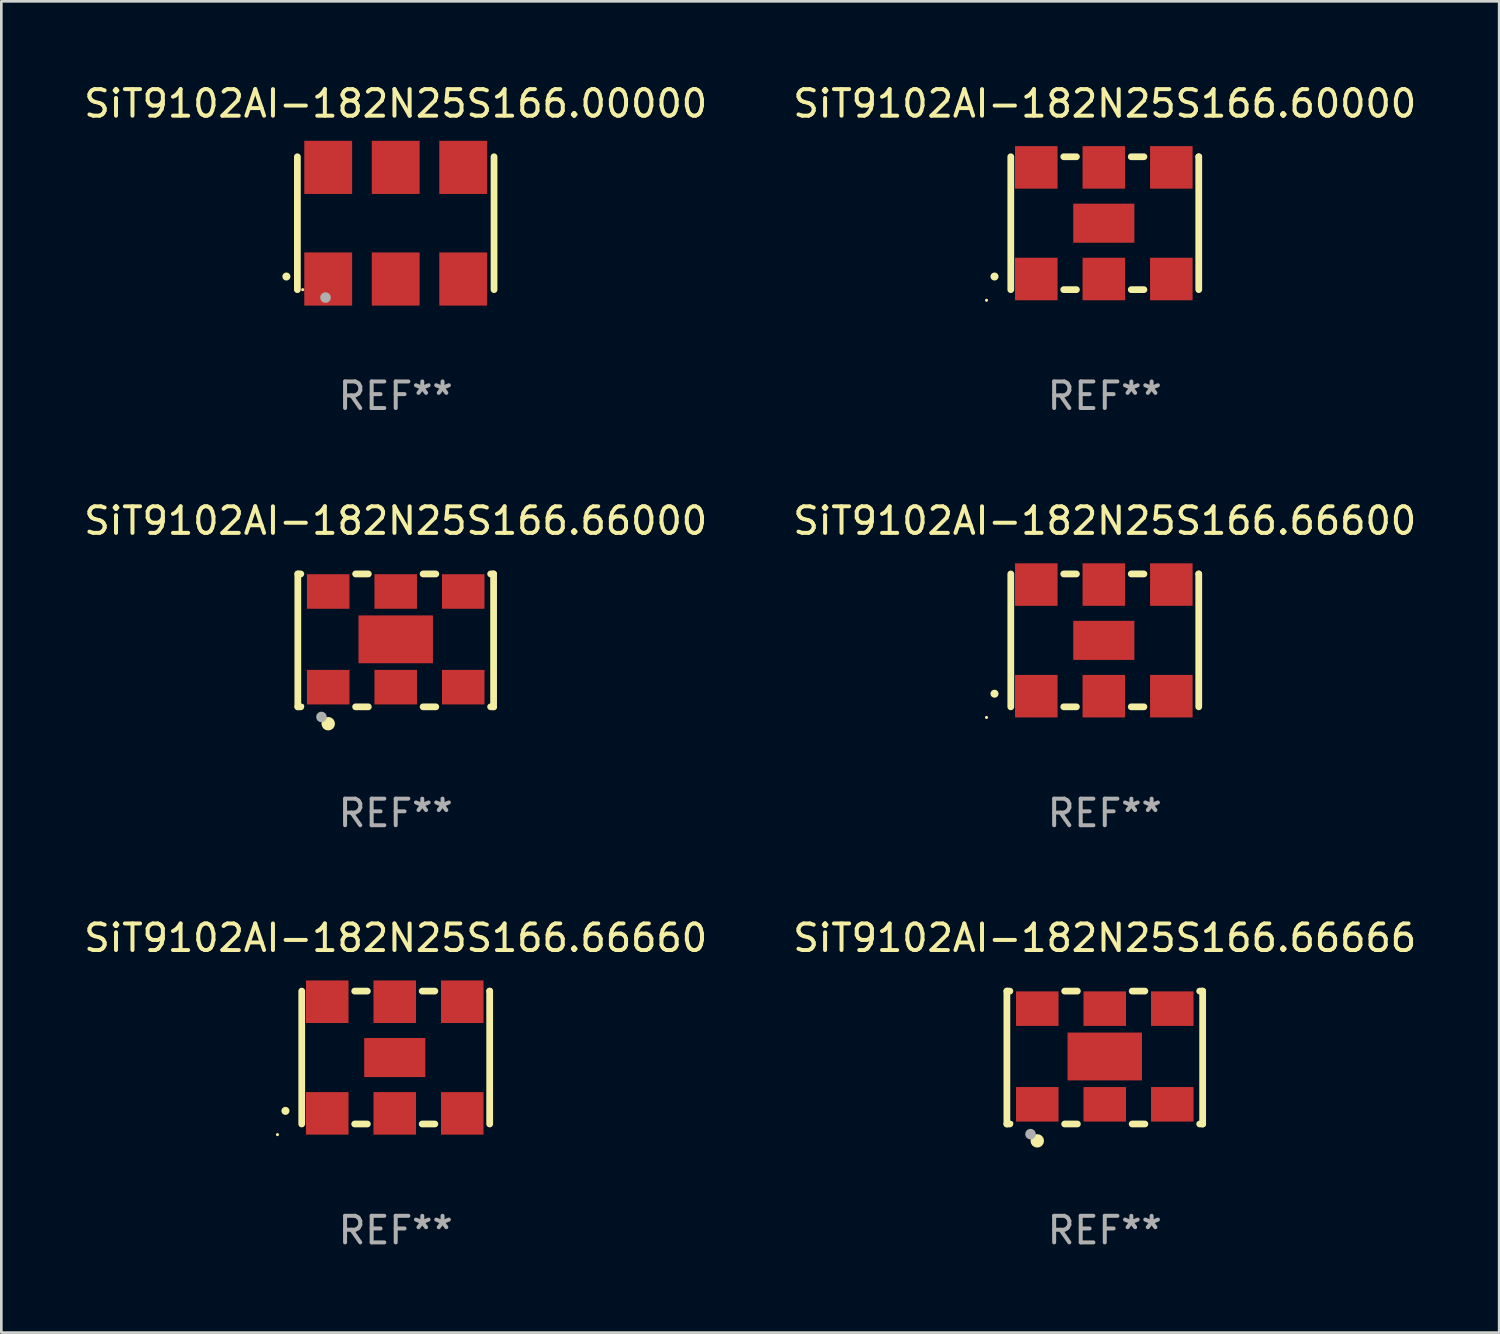
<source format=kicad_pcb>
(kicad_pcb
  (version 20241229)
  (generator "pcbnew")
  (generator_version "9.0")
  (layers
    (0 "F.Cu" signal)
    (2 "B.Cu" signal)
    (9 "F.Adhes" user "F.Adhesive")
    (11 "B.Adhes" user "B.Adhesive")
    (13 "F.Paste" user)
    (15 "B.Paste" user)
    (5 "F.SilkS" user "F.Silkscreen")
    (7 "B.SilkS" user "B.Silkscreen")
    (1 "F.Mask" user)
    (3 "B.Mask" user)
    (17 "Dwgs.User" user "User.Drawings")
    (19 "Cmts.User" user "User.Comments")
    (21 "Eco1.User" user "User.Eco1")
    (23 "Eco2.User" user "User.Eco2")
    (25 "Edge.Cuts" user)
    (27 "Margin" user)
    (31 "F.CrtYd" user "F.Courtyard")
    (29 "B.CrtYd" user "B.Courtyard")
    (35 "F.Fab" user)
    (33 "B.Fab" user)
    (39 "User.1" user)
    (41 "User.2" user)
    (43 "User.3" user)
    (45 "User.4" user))
  (footprint "SiT9102AI-182N25S166.00000"
    (layer "F.Cu")
    (at 11.839 5.348)
    (property "Reference" "SiT9102AI-182N25S166.00000" (at 0 -4.5 0) (layer "F.SilkS") (effects (font (size 1 1) (thickness 0.15))))
    (attr through_hole)
    (fp_line (start -3.7 -2.5) (end -3.7 2.5) (stroke (width 0.254) (type solid)) (layer "F.SilkS"))
    (fp_line (start 3.7 -2.5) (end 3.7 2.5) (stroke (width 0.254) (type solid)) (layer "F.SilkS"))
    (fp_arc (start -4.114415 2.006604) (mid -4.113145 2.006599) (end -4.111875 2.006604) (stroke (width 0.3) (type solid)) (layer "F.SilkS"))
    (fp_circle (center -3.5 2.501) (end -3.47 2.501) (stroke (width 0.06) (type solid)) (fill no) (layer "F.SilkS"))
    (fp_circle (center -2.641 2.799) (end -2.541 2.799) (stroke (width 0.2) (type solid)) (fill no) (layer "F.Fab"))
    (fp_text user "REF**" (at 0 6.5 0) (layer "F.Fab") (effects (font (size 1 1) (thickness 0.15))))
    (pad "1" smd rect (at -2.54 2.1) (size 1.8 2) (layers "F.Cu" "F.Mask" "F.Paste"))
    (pad "2" smd rect (at 0.000394 2.1) (size 1.8 2) (layers "F.Cu" "F.Mask" "F.Paste"))
    (pad "3" smd rect (at 2.54 2.1) (size 1.8 2) (layers "F.Cu" "F.Mask" "F.Paste"))
    (pad "4" smd rect (at 2.54 -2.1) (size 1.8 2) (layers "F.Cu" "F.Mask" "F.Paste"))
    (pad "5" smd rect (at 0.000394 -2.1) (size 1.8 2) (layers "F.Cu" "F.Mask" "F.Paste"))
    (pad "6" smd rect (at -2.54 -2.1) (size 1.8 2) (layers "F.Cu" "F.Mask" "F.Paste")))
  (footprint "SiT9102AI-182N25S166.66600"
    (layer "F.Cu")
    (at 38.518 21.045)
    (property "Reference" "SiT9102AI-182N25S166.66600" (at 0 -4.5 0) (layer "F.SilkS") (effects (font (size 1 1) (thickness 0.15))))
    (attr through_hole)
    (fp_line (start -3.536 -2.5) (end -3.536 2.5) (stroke (width 0.254) (type solid)) (layer "F.SilkS"))
    (fp_line (start -1.544 2.5) (end -1.067 2.5) (stroke (width 0.254) (type solid)) (layer "F.SilkS"))
    (fp_line (start -1.067 -2.5) (end -1.544 -2.5) (stroke (width 0.254) (type solid)) (layer "F.SilkS"))
    (fp_line (start 0.996 2.5) (end 1.473 2.5) (stroke (width 0.254) (type solid)) (layer "F.SilkS"))
    (fp_line (start 1.473 -2.5) (end 0.996 -2.5) (stroke (width 0.254) (type solid)) (layer "F.SilkS"))
    (fp_line (start 3.536 -2.5) (end 3.536 -2.5) (stroke (width 0.254) (type solid)) (layer "F.SilkS"))
    (fp_line (start 3.536 2.5) (end 3.536 -2.5) (stroke (width 0.254) (type solid)) (layer "F.SilkS"))
    (fp_arc (start -4.150432 2.006604) (mid -4.149162 2.006599) (end -4.147892 2.006604) (stroke (width 0.3) (type solid)) (layer "F.SilkS"))
    (fp_circle (center -4.449 2.9) (end -4.419 2.9) (stroke (width 0.06) (type solid)) (fill no) (layer "F.SilkS"))
    (fp_text user "REF**" (at 0 6.5 0) (layer "F.Fab") (effects (font (size 1 1) (thickness 0.15))))
    (pad "1" smd rect (at -2.576 2.1) (size 1.6 1.6) (layers "F.Cu" "F.Mask" "F.Paste"))
    (pad "2" smd rect (at -0.036 2.1) (size 1.6 1.6) (layers "F.Cu" "F.Mask" "F.Paste"))
    (pad "3" smd rect (at 2.504 2.1) (size 1.6 1.6) (layers "F.Cu" "F.Mask" "F.Paste"))
    (pad "4" smd rect (at 2.504 -2.1) (size 1.6 1.6) (layers "F.Cu" "F.Mask" "F.Paste"))
    (pad "5" smd rect (at -0.036 -2.1) (size 1.6 1.6) (layers "F.Cu" "F.Mask" "F.Paste"))
    (pad "6" smd rect (at -2.576 -2.1) (size 1.6 1.6) (layers "F.Cu" "F.Mask" "F.Paste"))
    (pad "7" smd rect (at -0.036 0) (size 2.3 1.47) (layers "F.Cu" "F.Mask" "F.Paste")))
  (footprint "SiT9102AI-182N25S166.66666"
    (layer "F.Cu")
    (at 38.518 36.741)
    (property "Reference" "SiT9102AI-182N25S166.66666" (at 0 -4.5 0) (layer "F.SilkS") (effects (font (size 1 1) (thickness 0.15))))
    (attr through_hole)
    (fp_line (start -3.683 -2.5) (end -3.571 -2.5) (stroke (width 0.254) (type solid)) (layer "F.SilkS"))
    (fp_line (start -3.683 2.5) (end -3.683 -2.5) (stroke (width 0.254) (type solid)) (layer "F.SilkS"))
    (fp_line (start -3.683 2.5) (end -3.571 2.5) (stroke (width 0.254) (type solid)) (layer "F.SilkS"))
    (fp_line (start -1.509 -2.5) (end -1.031 -2.5) (stroke (width 0.254) (type solid)) (layer "F.SilkS"))
    (fp_line (start -1.509 2.5) (end -1.031 2.5) (stroke (width 0.254) (type solid)) (layer "F.SilkS"))
    (fp_line (start 1.031 -2.5) (end 1.509 -2.5) (stroke (width 0.254) (type solid)) (layer "F.SilkS"))
    (fp_line (start 1.031 2.5) (end 1.509 2.5) (stroke (width 0.254) (type solid)) (layer "F.SilkS"))
    (fp_line (start 3.571 -2.5) (end 3.683 -2.5) (stroke (width 0.254) (type solid)) (layer "F.SilkS"))
    (fp_line (start 3.571 2.5) (end 3.683 2.5) (stroke (width 0.254) (type solid)) (layer "F.SilkS"))
    (fp_line (start 3.683 2.5) (end 3.683 -2.5) (stroke (width 0.254) (type solid)) (layer "F.SilkS"))
    (fp_circle (center -3.5 2.46) (end -3.47 2.46) (stroke (width 0.06) (type solid)) (fill no) (layer "F.SilkS"))
    (fp_circle (center -2.54 3.135) (end -2.413 3.135) (stroke (width 0.254) (type solid)) (fill no) (layer "F.SilkS"))
    (fp_circle (center -2.794 2.881) (end -2.694 2.881) (stroke (width 0.2) (type solid)) (fill no) (layer "F.Fab"))
    (fp_text user "REF**" (at 0 6.5 0) (layer "F.Fab") (effects (font (size 1 1) (thickness 0.15))))
    (pad "1" smd rect (at -2.54 1.76) (size 1.6 1.3) (layers "F.Cu" "F.Mask" "F.Paste"))
    (pad "2" smd rect (at 0 1.76) (size 1.6 1.3) (layers "F.Cu" "F.Mask" "F.Paste"))
    (pad "3" smd rect (at 2.54 1.76) (size 1.6 1.3) (layers "F.Cu" "F.Mask" "F.Paste"))
    (pad "4" smd rect (at 2.54 -1.84) (size 1.6 1.3) (layers "F.Cu" "F.Mask" "F.Paste"))
    (pad "5" smd rect (at 0 -1.84) (size 1.6 1.3) (layers "F.Cu" "F.Mask" "F.Paste"))
    (pad "6" smd rect (at -2.54 -1.84) (size 1.6 1.3) (layers "F.Cu" "F.Mask" "F.Paste"))
    (pad "7" smd rect (at 0 -0.04) (size 2.8 1.8) (layers "F.Cu" "F.Mask" "F.Paste")))
  (footprint "SiT9102AI-182N25S166.66660"
    (layer "F.Cu")
    (at 11.839 36.741)
    (property "Reference" "SiT9102AI-182N25S166.66660" (at 0 -4.5 0) (layer "F.SilkS") (effects (font (size 1 1) (thickness 0.15))))
    (attr through_hole)
    (fp_line (start -3.536 -2.5) (end -3.536 2.5) (stroke (width 0.254) (type solid)) (layer "F.SilkS"))
    (fp_line (start -1.544 2.5) (end -1.067 2.5) (stroke (width 0.254) (type solid)) (layer "F.SilkS"))
    (fp_line (start -1.067 -2.5) (end -1.544 -2.5) (stroke (width 0.254) (type solid)) (layer "F.SilkS"))
    (fp_line (start 0.996 2.5) (end 1.473 2.5) (stroke (width 0.254) (type solid)) (layer "F.SilkS"))
    (fp_line (start 1.473 -2.5) (end 0.996 -2.5) (stroke (width 0.254) (type solid)) (layer "F.SilkS"))
    (fp_line (start 3.536 -2.5) (end 3.536 -2.5) (stroke (width 0.254) (type solid)) (layer "F.SilkS"))
    (fp_line (start 3.536 2.5) (end 3.536 -2.5) (stroke (width 0.254) (type solid)) (layer "F.SilkS"))
    (fp_arc (start -4.150432 2.006604) (mid -4.149162 2.006599) (end -4.147892 2.006604) (stroke (width 0.3) (type solid)) (layer "F.SilkS"))
    (fp_circle (center -4.449 2.9) (end -4.419 2.9) (stroke (width 0.06) (type solid)) (fill no) (layer "F.SilkS"))
    (fp_text user "REF**" (at 0 6.5 0) (layer "F.Fab") (effects (font (size 1 1) (thickness 0.15))))
    (pad "1" smd rect (at -2.576 2.1) (size 1.6 1.6) (layers "F.Cu" "F.Mask" "F.Paste"))
    (pad "2" smd rect (at -0.036 2.1) (size 1.6 1.6) (layers "F.Cu" "F.Mask" "F.Paste"))
    (pad "3" smd rect (at 2.504 2.1) (size 1.6 1.6) (layers "F.Cu" "F.Mask" "F.Paste"))
    (pad "4" smd rect (at 2.504 -2.1) (size 1.6 1.6) (layers "F.Cu" "F.Mask" "F.Paste"))
    (pad "5" smd rect (at -0.036 -2.1) (size 1.6 1.6) (layers "F.Cu" "F.Mask" "F.Paste"))
    (pad "6" smd rect (at -2.576 -2.1) (size 1.6 1.6) (layers "F.Cu" "F.Mask" "F.Paste"))
    (pad "7" smd rect (at -0.036 0) (size 2.3 1.47) (layers "F.Cu" "F.Mask" "F.Paste")))
  (footprint "SiT9102AI-182N25S166.66000"
    (layer "F.Cu")
    (at 11.839 21.045)
    (property "Reference" "SiT9102AI-182N25S166.66000" (at 0 -4.5 0) (layer "F.SilkS") (effects (font (size 1 1) (thickness 0.15))))
    (attr through_hole)
    (fp_line (start -3.683 -2.5) (end -3.571 -2.5) (stroke (width 0.254) (type solid)) (layer "F.SilkS"))
    (fp_line (start -3.683 2.5) (end -3.683 -2.5) (stroke (width 0.254) (type solid)) (layer "F.SilkS"))
    (fp_line (start -3.683 2.5) (end -3.571 2.5) (stroke (width 0.254) (type solid)) (layer "F.SilkS"))
    (fp_line (start -1.509 -2.5) (end -1.031 -2.5) (stroke (width 0.254) (type solid)) (layer "F.SilkS"))
    (fp_line (start -1.509 2.5) (end -1.031 2.5) (stroke (width 0.254) (type solid)) (layer "F.SilkS"))
    (fp_line (start 1.031 -2.5) (end 1.509 -2.5) (stroke (width 0.254) (type solid)) (layer "F.SilkS"))
    (fp_line (start 1.031 2.5) (end 1.509 2.5) (stroke (width 0.254) (type solid)) (layer "F.SilkS"))
    (fp_line (start 3.571 -2.5) (end 3.683 -2.5) (stroke (width 0.254) (type solid)) (layer "F.SilkS"))
    (fp_line (start 3.571 2.5) (end 3.683 2.5) (stroke (width 0.254) (type solid)) (layer "F.SilkS"))
    (fp_line (start 3.683 2.5) (end 3.683 -2.5) (stroke (width 0.254) (type solid)) (layer "F.SilkS"))
    (fp_circle (center -3.5 2.46) (end -3.47 2.46) (stroke (width 0.06) (type solid)) (fill no) (layer "F.SilkS"))
    (fp_circle (center -2.54 3.135) (end -2.413 3.135) (stroke (width 0.254) (type solid)) (fill no) (layer "F.SilkS"))
    (fp_circle (center -2.794 2.881) (end -2.694 2.881) (stroke (width 0.2) (type solid)) (fill no) (layer "F.Fab"))
    (fp_text user "REF**" (at 0 6.5 0) (layer "F.Fab") (effects (font (size 1 1) (thickness 0.15))))
    (pad "1" smd rect (at -2.54 1.76) (size 1.6 1.3) (layers "F.Cu" "F.Mask" "F.Paste"))
    (pad "2" smd rect (at 0 1.76) (size 1.6 1.3) (layers "F.Cu" "F.Mask" "F.Paste"))
    (pad "3" smd rect (at 2.54 1.76) (size 1.6 1.3) (layers "F.Cu" "F.Mask" "F.Paste"))
    (pad "4" smd rect (at 2.54 -1.84) (size 1.6 1.3) (layers "F.Cu" "F.Mask" "F.Paste"))
    (pad "5" smd rect (at 0 -1.84) (size 1.6 1.3) (layers "F.Cu" "F.Mask" "F.Paste"))
    (pad "6" smd rect (at -2.54 -1.84) (size 1.6 1.3) (layers "F.Cu" "F.Mask" "F.Paste"))
    (pad "7" smd rect (at 0 -0.04) (size 2.8 1.8) (layers "F.Cu" "F.Mask" "F.Paste")))
  (footprint "SiT9102AI-182N25S166.60000"
    (layer "F.Cu")
    (at 38.518 5.348)
    (property "Reference" "SiT9102AI-182N25S166.60000" (at 0 -4.5 0) (layer "F.SilkS") (effects (font (size 1 1) (thickness 0.15))))
    (attr through_hole)
    (fp_line (start -3.536 -2.5) (end -3.536 2.5) (stroke (width 0.254) (type solid)) (layer "F.SilkS"))
    (fp_line (start -1.544 2.5) (end -1.067 2.5) (stroke (width 0.254) (type solid)) (layer "F.SilkS"))
    (fp_line (start -1.067 -2.5) (end -1.544 -2.5) (stroke (width 0.254) (type solid)) (layer "F.SilkS"))
    (fp_line (start 0.996 2.5) (end 1.473 2.5) (stroke (width 0.254) (type solid)) (layer "F.SilkS"))
    (fp_line (start 1.473 -2.5) (end 0.996 -2.5) (stroke (width 0.254) (type solid)) (layer "F.SilkS"))
    (fp_line (start 3.536 -2.5) (end 3.536 -2.5) (stroke (width 0.254) (type solid)) (layer "F.SilkS"))
    (fp_line (start 3.536 2.5) (end 3.536 -2.5) (stroke (width 0.254) (type solid)) (layer "F.SilkS"))
    (fp_arc (start -4.150432 2.006604) (mid -4.149162 2.006599) (end -4.147892 2.006604) (stroke (width 0.3) (type solid)) (layer "F.SilkS"))
    (fp_circle (center -4.449 2.9) (end -4.419 2.9) (stroke (width 0.06) (type solid)) (fill no) (layer "F.SilkS"))
    (fp_text user "REF**" (at 0 6.5 0) (layer "F.Fab") (effects (font (size 1 1) (thickness 0.15))))
    (pad "1" smd rect (at -2.576 2.1) (size 1.6 1.6) (layers "F.Cu" "F.Mask" "F.Paste"))
    (pad "2" smd rect (at -0.036 2.1) (size 1.6 1.6) (layers "F.Cu" "F.Mask" "F.Paste"))
    (pad "3" smd rect (at 2.504 2.1) (size 1.6 1.6) (layers "F.Cu" "F.Mask" "F.Paste"))
    (pad "4" smd rect (at 2.504 -2.1) (size 1.6 1.6) (layers "F.Cu" "F.Mask" "F.Paste"))
    (pad "5" smd rect (at -0.036 -2.1) (size 1.6 1.6) (layers "F.Cu" "F.Mask" "F.Paste"))
    (pad "6" smd rect (at -2.576 -2.1) (size 1.6 1.6) (layers "F.Cu" "F.Mask" "F.Paste"))
    (pad "7" smd rect (at -0.036 0) (size 2.3 1.47) (layers "F.Cu" "F.Mask" "F.Paste")))
  (gr_rect
    (start -3 -3)
    (end 53.357 47.09)
    (stroke (width 0.1) (type default))
    (fill no)
    (layer "Edge.Cuts")))
</source>
